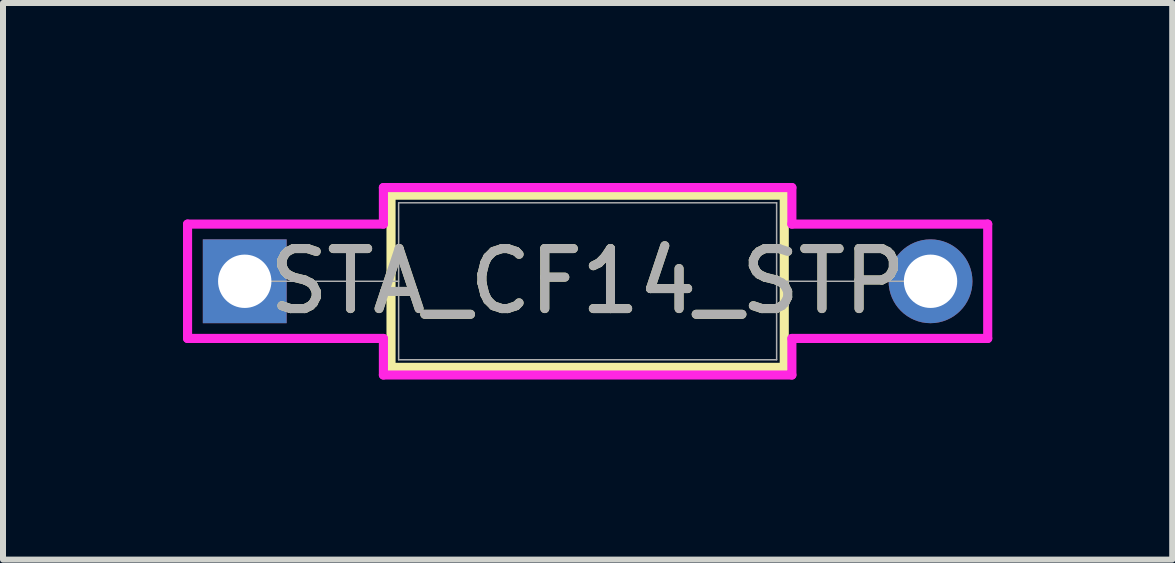
<source format=kicad_pcb>
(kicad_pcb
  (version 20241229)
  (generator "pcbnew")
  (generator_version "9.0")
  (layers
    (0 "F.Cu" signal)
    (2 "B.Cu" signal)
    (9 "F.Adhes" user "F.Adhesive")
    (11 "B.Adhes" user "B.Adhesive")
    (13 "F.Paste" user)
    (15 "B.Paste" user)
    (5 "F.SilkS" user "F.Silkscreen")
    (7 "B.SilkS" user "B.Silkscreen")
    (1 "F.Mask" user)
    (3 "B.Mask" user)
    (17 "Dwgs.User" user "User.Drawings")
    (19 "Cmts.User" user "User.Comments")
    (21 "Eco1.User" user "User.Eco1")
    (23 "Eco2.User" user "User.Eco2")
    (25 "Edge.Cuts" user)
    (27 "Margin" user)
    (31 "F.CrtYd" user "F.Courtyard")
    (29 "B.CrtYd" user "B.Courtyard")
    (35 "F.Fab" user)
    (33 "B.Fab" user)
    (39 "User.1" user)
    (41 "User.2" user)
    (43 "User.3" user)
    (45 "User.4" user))
  (footprint "STA_CF14_STP"
    (layer "F.Cu")
    (at 1.029 1.638)
    (property "Reference" "STA_CF14_STP" (at 5.715 0 0) (unlocked yes) (layer "F.SilkS") (effects (font (size 1 1) (thickness 0.15))))
    (attr through_hole)
    (fp_line (start 2.438 -1.435) (end 2.438 1.435) (stroke (width 0.152) (type solid)) (layer "F.SilkS"))
    (fp_line (start 2.438 1.435) (end 8.992 1.435) (stroke (width 0.152) (type solid)) (layer "F.SilkS"))
    (fp_line (start 8.992 -1.435) (end 2.438 -1.435) (stroke (width 0.152) (type solid)) (layer "F.SilkS"))
    (fp_line (start 8.992 1.435) (end 8.992 -1.435) (stroke (width 0.152) (type solid)) (layer "F.SilkS"))
    (fp_line (start -0.953 -0.953) (end 2.311 -0.953) (stroke (width 0.152) (type solid)) (layer "F.CrtYd"))
    (fp_line (start -0.953 0.953) (end -0.953 -0.953) (stroke (width 0.152) (type solid)) (layer "F.CrtYd"))
    (fp_line (start 2.311 -1.562) (end 9.119 -1.562) (stroke (width 0.152) (type solid)) (layer "F.CrtYd"))
    (fp_line (start 2.311 -0.953) (end 2.311 -1.562) (stroke (width 0.152) (type solid)) (layer "F.CrtYd"))
    (fp_line (start 2.311 0.953) (end -0.953 0.953) (stroke (width 0.152) (type solid)) (layer "F.CrtYd"))
    (fp_line (start 2.311 1.562) (end 2.311 0.953) (stroke (width 0.152) (type solid)) (layer "F.CrtYd"))
    (fp_line (start 9.119 -1.562) (end 9.119 -0.953) (stroke (width 0.152) (type solid)) (layer "F.CrtYd"))
    (fp_line (start 9.119 -0.953) (end 12.383 -0.953) (stroke (width 0.152) (type solid)) (layer "F.CrtYd"))
    (fp_line (start 9.119 0.953) (end 9.119 1.562) (stroke (width 0.152) (type solid)) (layer "F.CrtYd"))
    (fp_line (start 9.119 1.562) (end 2.311 1.562) (stroke (width 0.152) (type solid)) (layer "F.CrtYd"))
    (fp_line (start 12.383 -0.953) (end 12.383 0.953) (stroke (width 0.152) (type solid)) (layer "F.CrtYd"))
    (fp_line (start 12.383 0.953) (end 9.119 0.953) (stroke (width 0.152) (type solid)) (layer "F.CrtYd"))
    (fp_line (start 0 0) (end 2.565 0) (stroke (width 0.025) (type solid)) (layer "F.Fab"))
    (fp_line (start 2.565 -1.308) (end 2.565 1.308) (stroke (width 0.025) (type solid)) (layer "F.Fab"))
    (fp_line (start 2.565 1.308) (end 8.865 1.308) (stroke (width 0.025) (type solid)) (layer "F.Fab"))
    (fp_line (start 8.865 -1.308) (end 2.565 -1.308) (stroke (width 0.025) (type solid)) (layer "F.Fab"))
    (fp_line (start 8.865 1.308) (end 8.865 -1.308) (stroke (width 0.025) (type solid)) (layer "F.Fab"))
    (fp_line (start 11.43 0) (end 8.865 0) (stroke (width 0.025) (type solid)) (layer "F.Fab"))
    (fp_text user "${REFERENCE}" (at 5.715 0 0) (unlocked yes) (layer "F.Fab") (effects (font (size 1 1) (thickness 0.15))))
    (pad "1" thru_hole rect (at 0 0) (size 1.397 1.397) (drill 0.889) (layers "*.Cu" "*.Mask"))
    (pad "2" thru_hole circle (at 11.43 0) (size 1.397 1.397) (drill 0.889) (layers "*.Cu" "*.Mask")))
  (gr_rect
    (start -3 -3)
    (end 16.487 6.277)
    (stroke (width 0.1) (type default))
    (fill no)
    (layer "Edge.Cuts")))
</source>
